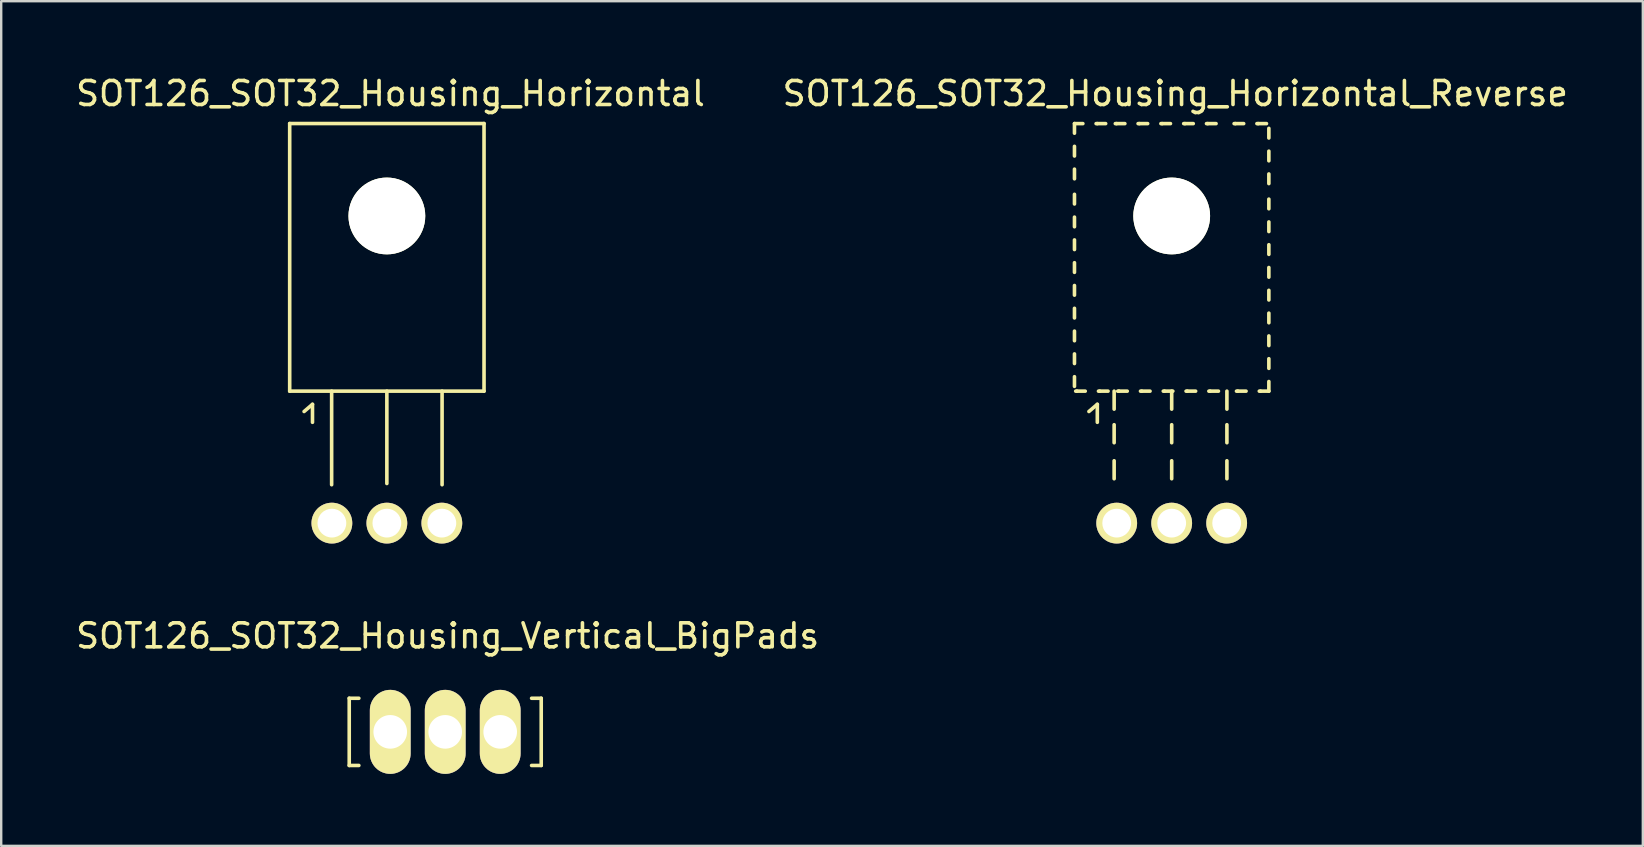
<source format=kicad_pcb>
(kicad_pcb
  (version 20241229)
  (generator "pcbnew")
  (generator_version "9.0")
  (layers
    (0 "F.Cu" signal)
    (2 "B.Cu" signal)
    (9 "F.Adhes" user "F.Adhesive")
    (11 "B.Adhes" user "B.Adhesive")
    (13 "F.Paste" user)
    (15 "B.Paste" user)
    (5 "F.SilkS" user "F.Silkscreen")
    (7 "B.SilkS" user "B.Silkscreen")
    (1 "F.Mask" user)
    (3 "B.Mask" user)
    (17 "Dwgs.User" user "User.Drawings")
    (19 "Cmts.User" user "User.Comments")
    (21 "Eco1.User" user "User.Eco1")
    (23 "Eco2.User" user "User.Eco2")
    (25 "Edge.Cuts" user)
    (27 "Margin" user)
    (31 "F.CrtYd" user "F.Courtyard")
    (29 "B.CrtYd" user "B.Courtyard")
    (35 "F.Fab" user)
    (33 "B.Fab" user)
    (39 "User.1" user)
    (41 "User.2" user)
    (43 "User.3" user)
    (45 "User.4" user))
  (footprint "SOT126_SOT32_Housing_Horizontal_Reverse"
    (layer "F.Cu")
    (at 45.773 18.748)
    (property "Reference" "SOT126_SOT32_Housing_Horizontal_Reverse" (at 0.15 -17.899 0) (layer "F.SilkS") (effects (font (size 1 1) (thickness 0.15))))
    (attr through_hole)
    (fp_line (start -4.051 -16.248) (end -4.051 -16.65) (stroke (width 0.15) (type solid)) (layer "F.SilkS"))
    (fp_line (start -4.051 -15.298) (end -4.051 -15.7) (stroke (width 0.15) (type solid)) (layer "F.SilkS"))
    (fp_line (start -4.051 -14.348) (end -4.051 -14.75) (stroke (width 0.15) (type solid)) (layer "F.SilkS"))
    (fp_line (start -4.051 -13.299) (end -4.051 -13.701) (stroke (width 0.15) (type solid)) (layer "F.SilkS"))
    (fp_line (start -4.051 -12.349) (end -4.051 -12.751) (stroke (width 0.15) (type solid)) (layer "F.SilkS"))
    (fp_line (start -4.051 -11.4) (end -4.051 -11.801) (stroke (width 0.15) (type solid)) (layer "F.SilkS"))
    (fp_line (start -4.051 -10.45) (end -4.051 -10.851) (stroke (width 0.15) (type solid)) (layer "F.SilkS"))
    (fp_line (start -4.051 -9.5) (end -4.051 -9.901) (stroke (width 0.15) (type solid)) (layer "F.SilkS"))
    (fp_line (start -4.051 -8.55) (end -4.051 -8.951) (stroke (width 0.15) (type solid)) (layer "F.SilkS"))
    (fp_line (start -4.051 -7.6) (end -4.051 -8.001) (stroke (width 0.15) (type solid)) (layer "F.SilkS"))
    (fp_line (start -4.051 -6.65) (end -4.051 -7.051) (stroke (width 0.15) (type solid)) (layer "F.SilkS"))
    (fp_line (start -4.051 -5.7) (end -4.051 -6.101) (stroke (width 0.15) (type solid)) (layer "F.SilkS"))
    (fp_line (start -3.95 -5.499) (end -4 -5.499) (stroke (width 0.15) (type solid)) (layer "F.SilkS"))
    (fp_line (start -3.701 -16.647) (end -4.049 -16.647) (stroke (width 0.15) (type solid)) (layer "F.SilkS"))
    (fp_line (start -3.602 -5.499) (end -3.95 -5.499) (stroke (width 0.15) (type solid)) (layer "F.SilkS"))
    (fp_line (start -3.449 -4.651) (end -3.099 -4.95) (stroke (width 0.15) (type solid)) (layer "F.SilkS"))
    (fp_line (start -3.099 -16.647) (end -3.15 -16.647) (stroke (width 0.15) (type solid)) (layer "F.SilkS"))
    (fp_line (start -3.099 -4.95) (end -3.099 -4.201) (stroke (width 0.15) (type solid)) (layer "F.SilkS"))
    (fp_line (start -3 -5.499) (end -3.051 -5.499) (stroke (width 0.15) (type solid)) (layer "F.SilkS"))
    (fp_line (start -2.751 -16.647) (end -3.099 -16.647) (stroke (width 0.15) (type solid)) (layer "F.SilkS"))
    (fp_line (start -2.652 -5.499) (end -3 -5.499) (stroke (width 0.15) (type solid)) (layer "F.SilkS"))
    (fp_line (start -2.398 -5.499) (end -2.398 -4.75) (stroke (width 0.15) (type solid)) (layer "F.SilkS"))
    (fp_line (start -2.398 -4.1) (end -2.398 -3.35) (stroke (width 0.15) (type solid)) (layer "F.SilkS"))
    (fp_line (start -2.398 -2.598) (end -2.398 -1.849) (stroke (width 0.15) (type solid)) (layer "F.SilkS"))
    (fp_line (start -2.299 -16.647) (end -2.349 -16.647) (stroke (width 0.15) (type solid)) (layer "F.SilkS"))
    (fp_line (start -2.2 -5.499) (end -2.25 -5.499) (stroke (width 0.15) (type solid)) (layer "F.SilkS"))
    (fp_line (start -1.951 -16.647) (end -2.299 -16.647) (stroke (width 0.15) (type solid)) (layer "F.SilkS"))
    (fp_line (start -1.852 -5.499) (end -2.2 -5.499) (stroke (width 0.15) (type solid)) (layer "F.SilkS"))
    (fp_line (start -1.349 -16.647) (end -1.4 -16.647) (stroke (width 0.15) (type solid)) (layer "F.SilkS"))
    (fp_line (start -1.25 -5.499) (end -1.3 -5.499) (stroke (width 0.15) (type solid)) (layer "F.SilkS"))
    (fp_line (start -1.001 -16.647) (end -1.349 -16.647) (stroke (width 0.15) (type solid)) (layer "F.SilkS"))
    (fp_line (start -0.902 -5.499) (end -1.25 -5.499) (stroke (width 0.15) (type solid)) (layer "F.SilkS"))
    (fp_line (start -0.399 -16.647) (end -0.45 -16.647) (stroke (width 0.15) (type solid)) (layer "F.SilkS"))
    (fp_line (start -0.3 -5.499) (end -0.351 -5.499) (stroke (width 0.15) (type solid)) (layer "F.SilkS"))
    (fp_line (start -0.051 -16.647) (end -0.399 -16.647) (stroke (width 0.15) (type solid)) (layer "F.SilkS"))
    (fp_line (start 0 -5.499) (end 0 -4.75) (stroke (width 0.15) (type solid)) (layer "F.SilkS"))
    (fp_line (start 0 -4.1) (end 0 -3.35) (stroke (width 0.15) (type solid)) (layer "F.SilkS"))
    (fp_line (start 0 -2.598) (end 0 -1.849) (stroke (width 0.15) (type solid)) (layer "F.SilkS"))
    (fp_line (start 0.048 -5.499) (end -0.3 -5.499) (stroke (width 0.15) (type solid)) (layer "F.SilkS"))
    (fp_line (start 0.551 -16.647) (end 0.5 -16.647) (stroke (width 0.15) (type solid)) (layer "F.SilkS"))
    (fp_line (start 0.65 -5.499) (end 0.599 -5.499) (stroke (width 0.15) (type solid)) (layer "F.SilkS"))
    (fp_line (start 0.899 -16.647) (end 0.551 -16.647) (stroke (width 0.15) (type solid)) (layer "F.SilkS"))
    (fp_line (start 0.998 -5.499) (end 0.65 -5.499) (stroke (width 0.15) (type solid)) (layer "F.SilkS"))
    (fp_line (start 1.501 -16.647) (end 1.45 -16.647) (stroke (width 0.15) (type solid)) (layer "F.SilkS"))
    (fp_line (start 1.6 -5.499) (end 1.549 -5.499) (stroke (width 0.15) (type solid)) (layer "F.SilkS"))
    (fp_line (start 1.849 -16.647) (end 1.501 -16.647) (stroke (width 0.15) (type solid)) (layer "F.SilkS"))
    (fp_line (start 1.948 -5.499) (end 1.6 -5.499) (stroke (width 0.15) (type solid)) (layer "F.SilkS"))
    (fp_line (start 2.301 -5.499) (end 2.301 -4.75) (stroke (width 0.15) (type solid)) (layer "F.SilkS"))
    (fp_line (start 2.301 -4.1) (end 2.301 -3.35) (stroke (width 0.15) (type solid)) (layer "F.SilkS"))
    (fp_line (start 2.301 -2.598) (end 2.301 -1.849) (stroke (width 0.15) (type solid)) (layer "F.SilkS"))
    (fp_line (start 2.652 -16.647) (end 2.601 -16.647) (stroke (width 0.15) (type solid)) (layer "F.SilkS"))
    (fp_line (start 2.751 -5.499) (end 2.7 -5.499) (stroke (width 0.15) (type solid)) (layer "F.SilkS"))
    (fp_line (start 3 -16.647) (end 2.652 -16.647) (stroke (width 0.15) (type solid)) (layer "F.SilkS"))
    (fp_line (start 3.099 -5.499) (end 2.751 -5.499) (stroke (width 0.15) (type solid)) (layer "F.SilkS"))
    (fp_line (start 3.602 -16.647) (end 3.551 -16.647) (stroke (width 0.15) (type solid)) (layer "F.SilkS"))
    (fp_line (start 3.701 -5.499) (end 3.65 -5.499) (stroke (width 0.15) (type solid)) (layer "F.SilkS"))
    (fp_line (start 3.95 -16.647) (end 3.602 -16.647) (stroke (width 0.15) (type solid)) (layer "F.SilkS"))
    (fp_line (start 4.049 -16.048) (end 4.049 -16.449) (stroke (width 0.15) (type solid)) (layer "F.SilkS"))
    (fp_line (start 4.049 -15.098) (end 4.049 -15.499) (stroke (width 0.15) (type solid)) (layer "F.SilkS"))
    (fp_line (start 4.049 -14.148) (end 4.049 -14.549) (stroke (width 0.15) (type solid)) (layer "F.SilkS"))
    (fp_line (start 4.049 -13.099) (end 4.049 -13.5) (stroke (width 0.15) (type solid)) (layer "F.SilkS"))
    (fp_line (start 4.049 -12.149) (end 4.049 -12.55) (stroke (width 0.15) (type solid)) (layer "F.SilkS"))
    (fp_line (start 4.049 -11.199) (end 4.049 -11.6) (stroke (width 0.15) (type solid)) (layer "F.SilkS"))
    (fp_line (start 4.049 -10.249) (end 4.049 -10.65) (stroke (width 0.15) (type solid)) (layer "F.SilkS"))
    (fp_line (start 4.049 -9.299) (end 4.049 -9.7) (stroke (width 0.15) (type solid)) (layer "F.SilkS"))
    (fp_line (start 4.049 -8.349) (end 4.049 -8.75) (stroke (width 0.15) (type solid)) (layer "F.SilkS"))
    (fp_line (start 4.049 -7.399) (end 4.049 -7.8) (stroke (width 0.15) (type solid)) (layer "F.SilkS"))
    (fp_line (start 4.049 -6.449) (end 4.049 -6.85) (stroke (width 0.15) (type solid)) (layer "F.SilkS"))
    (fp_line (start 4.049 -5.499) (end 3.701 -5.499) (stroke (width 0.15) (type solid)) (layer "F.SilkS"))
    (fp_line (start 4.049 -5.499) (end 4.049 -5.9) (stroke (width 0.15) (type solid)) (layer "F.SilkS"))
    (pad "" np_thru_hole circle (at 0 -12.799) (size 3.2 3.2) (drill 3.2) (layers "*.Cu" "*.Mask" "F.SilkS"))
    (pad "1" thru_hole circle (at -2.291 0) (size 1.699 1.699) (drill 1.199) (layers "*.Cu" "*.Mask" "F.SilkS"))
    (pad "2" thru_hole circle (at 0 0) (size 1.699 1.699) (drill 1.199) (layers "*.Cu" "*.Mask" "F.SilkS"))
    (pad "3" thru_hole circle (at 2.291 0) (size 1.699 1.699) (drill 1.199) (layers "*.Cu" "*.Mask" "F.SilkS")))
  (footprint "SOT126_SOT32_Housing_Vertical_BigPads"
    (layer "F.Cu")
    (at 15.502 27.446)
    (property "Reference" "SOT126_SOT32_Housing_Vertical_BigPads" (at 0.099 -4 0) (layer "F.SilkS") (effects (font (size 1 1) (thickness 0.15))))
    (attr through_hole)
    (fp_line (start -4 -1.4) (end -4 1.4) (stroke (width 0.15) (type solid)) (layer "F.SilkS"))
    (fp_line (start -4 -1.4) (end -3.599 -1.4) (stroke (width 0.15) (type solid)) (layer "F.SilkS"))
    (fp_line (start -4 1.4) (end -3.599 1.4) (stroke (width 0.15) (type solid)) (layer "F.SilkS"))
    (fp_line (start 4 -1.4) (end 3.599 -1.4) (stroke (width 0.15) (type solid)) (layer "F.SilkS"))
    (fp_line (start 4 -1.4) (end 4 1.4) (stroke (width 0.15) (type solid)) (layer "F.SilkS"))
    (fp_line (start 4 1.4) (end 3.599 1.4) (stroke (width 0.15) (type solid)) (layer "F.SilkS"))
    (pad "1" thru_hole oval (at -2.291 0) (size 1.699 3.5) (drill 1.4) (layers "*.Cu" "*.Mask" "F.SilkS"))
    (pad "2" thru_hole oval (at 0 0) (size 1.699 3.5) (drill 1.4) (layers "*.Cu" "*.Mask" "F.SilkS"))
    (pad "3" thru_hole oval (at 2.291 0) (size 1.699 3.5) (drill 1.4) (layers "*.Cu" "*.Mask" "F.SilkS")))
  (footprint "SOT126_SOT32_Housing_Horizontal"
    (layer "F.Cu")
    (at 13.07 18.748)
    (property "Reference" "SOT126_SOT32_Housing_Horizontal" (at 0.15 -17.899 0) (layer "F.SilkS") (effects (font (size 1 1) (thickness 0.15))))
    (attr through_hole)
    (fp_line (start -4.049 -16.65) (end -4.049 -5.499) (stroke (width 0.15) (type solid)) (layer "F.SilkS"))
    (fp_line (start -3.449 -4.651) (end -3.099 -4.95) (stroke (width 0.15) (type solid)) (layer "F.SilkS"))
    (fp_line (start -3.099 -4.95) (end -3.099 -4.201) (stroke (width 0.15) (type solid)) (layer "F.SilkS"))
    (fp_line (start -2.301 -5.499) (end -2.301 -1.6) (stroke (width 0.15) (type solid)) (layer "F.SilkS"))
    (fp_line (start 0 -5.499) (end 0 -1.651) (stroke (width 0.15) (type solid)) (layer "F.SilkS"))
    (fp_line (start 2.301 -5.499) (end 2.301 -1.6) (stroke (width 0.15) (type solid)) (layer "F.SilkS"))
    (fp_line (start 4.049 -16.65) (end -4.049 -16.65) (stroke (width 0.15) (type solid)) (layer "F.SilkS"))
    (fp_line (start 4.049 -5.499) (end -4.049 -5.499) (stroke (width 0.15) (type solid)) (layer "F.SilkS"))
    (fp_line (start 4.049 -5.499) (end 4.049 -16.65) (stroke (width 0.15) (type solid)) (layer "F.SilkS"))
    (pad "" np_thru_hole circle (at 0 -12.799) (size 3.2 3.2) (drill 3.2) (layers "*.Cu" "*.Mask" "F.SilkS"))
    (pad "1" thru_hole circle (at -2.291 0) (size 1.699 1.699) (drill 1.199) (layers "*.Cu" "*.Mask" "F.SilkS"))
    (pad "2" thru_hole circle (at 0 0) (size 1.699 1.699) (drill 1.199) (layers "*.Cu" "*.Mask" "F.SilkS"))
    (pad "3" thru_hole circle (at 2.291 0) (size 1.699 1.699) (drill 1.199) (layers "*.Cu" "*.Mask" "F.SilkS")))
  (gr_rect
    (start -3 -3)
    (end 65.405 32.196)
    (stroke (width 0.1) (type default))
    (fill no)
    (layer "Edge.Cuts")))
</source>
